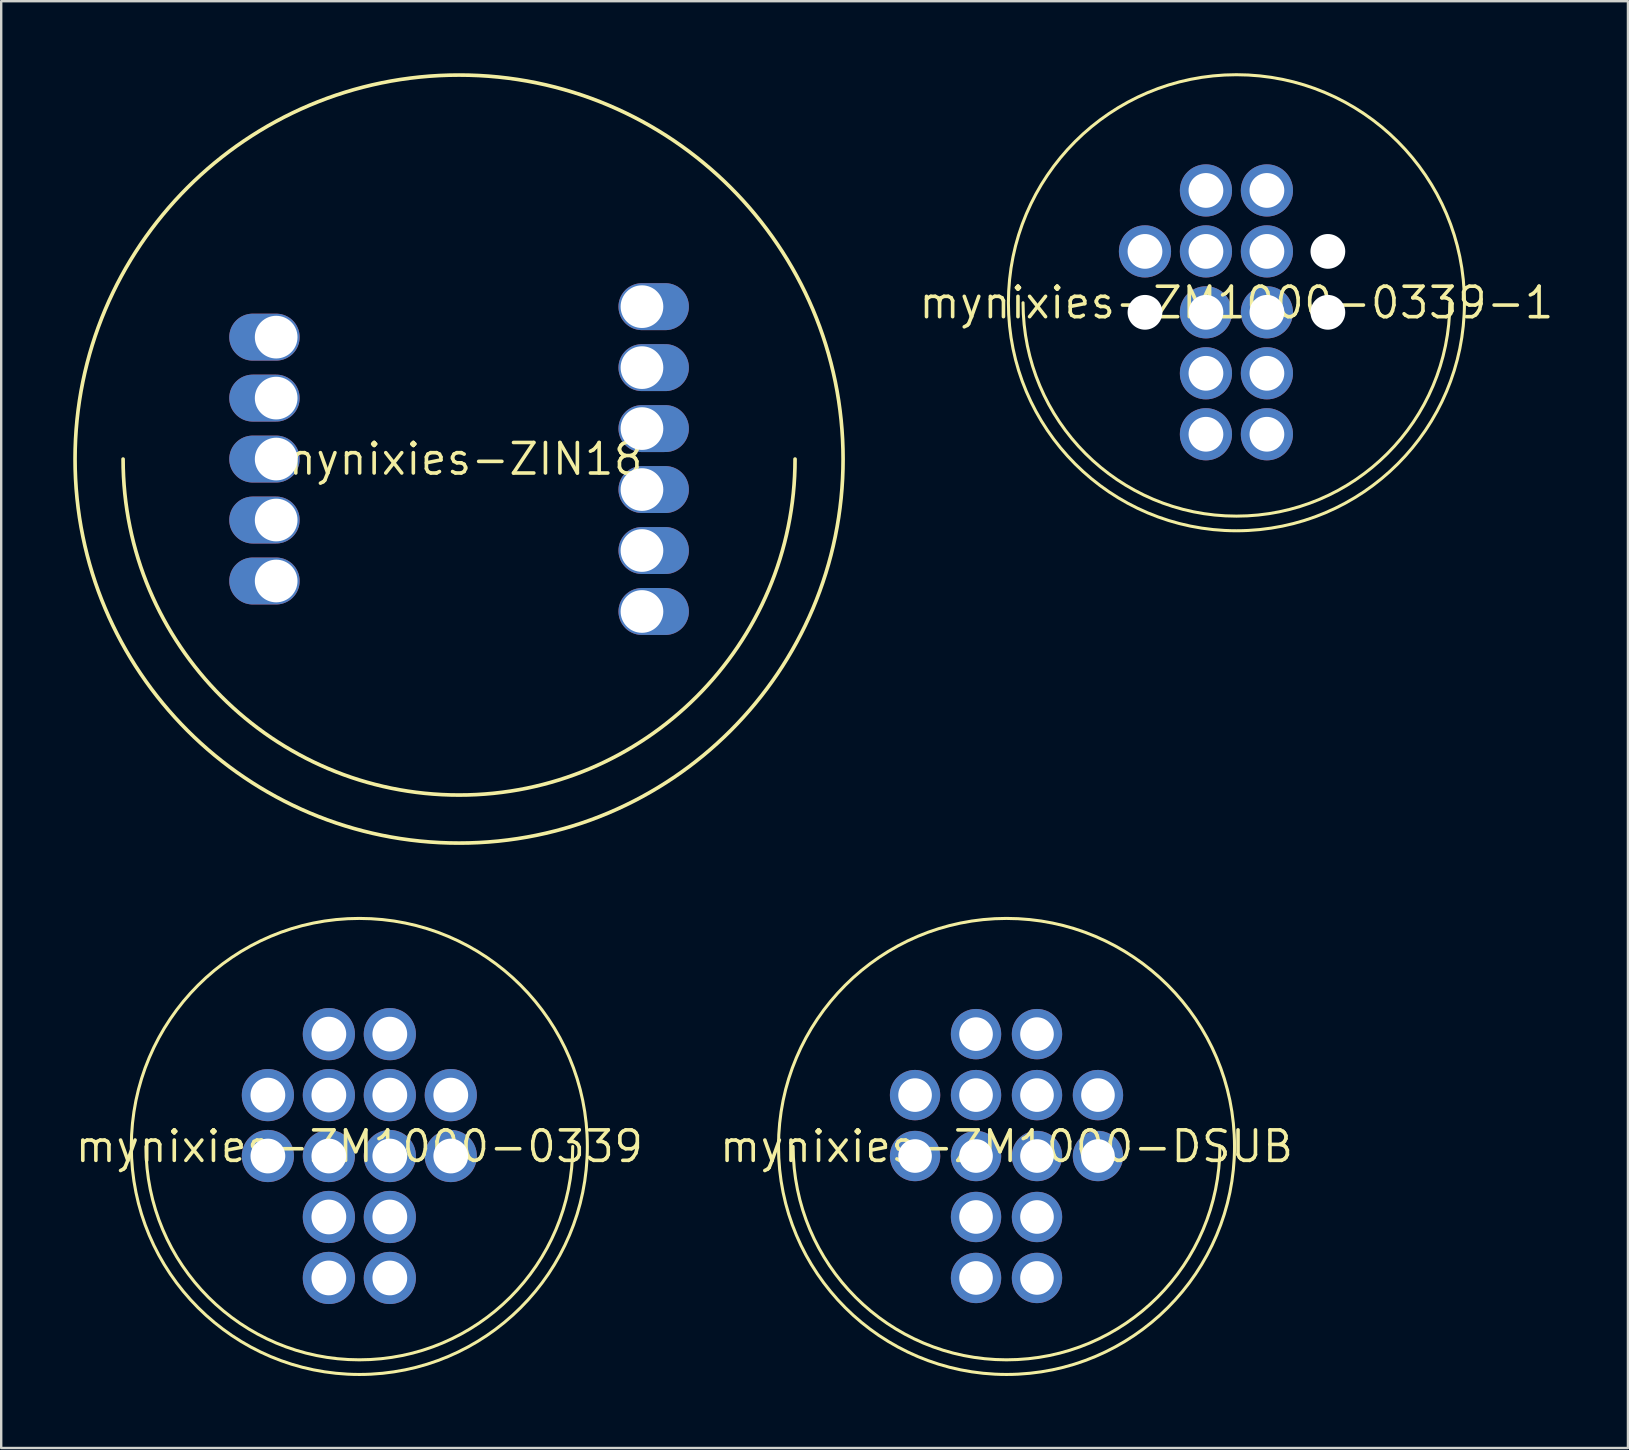
<source format=kicad_pcb>
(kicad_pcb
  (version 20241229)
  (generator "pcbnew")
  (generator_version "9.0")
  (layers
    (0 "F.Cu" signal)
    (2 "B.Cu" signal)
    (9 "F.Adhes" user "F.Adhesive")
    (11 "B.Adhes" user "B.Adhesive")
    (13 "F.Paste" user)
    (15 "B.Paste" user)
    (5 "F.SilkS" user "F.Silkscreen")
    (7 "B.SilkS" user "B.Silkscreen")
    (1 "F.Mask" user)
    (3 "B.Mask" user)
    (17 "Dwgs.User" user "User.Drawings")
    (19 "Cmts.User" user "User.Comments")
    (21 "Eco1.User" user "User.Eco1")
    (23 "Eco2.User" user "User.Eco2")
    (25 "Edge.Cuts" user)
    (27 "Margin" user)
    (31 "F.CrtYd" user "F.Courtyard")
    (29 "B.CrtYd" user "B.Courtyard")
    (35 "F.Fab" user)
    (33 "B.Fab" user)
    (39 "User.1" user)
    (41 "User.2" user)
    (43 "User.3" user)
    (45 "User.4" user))
  (footprint "mynixies-ZM1000-0339-1"
    (layer "F.Cu")
    (at 48.463 9.563)
    (property "Reference" "mynixies-ZM1000-0339-1" (at 0 0 0) (layer "F.SilkS") (effects (font (size 1.27 1.27) (thickness 0.15))))
    (attr exclude_from_pos_files exclude_from_bom)
    (fp_arc (start 8.89 0) (mid 0 8.89) (end -8.89 0) (stroke (width 0.127) (type solid)) (layer "F.SilkS"))
    (fp_circle (center 0 0) (end 0 -9.5) (stroke (width 0.127) (type solid)) (fill no) (layer "F.SilkS"))
    (pad "" np_thru_hole circle (at -3.81 0.399) (size 1.448 1.448) (drill 1.448) (layers "*.Cu" "*.Mask"))
    (pad "" np_thru_hole circle (at 3.81 -2.139) (size 1.448 1.448) (drill 1.448) (layers "*.Cu" "*.Mask"))
    (pad "" np_thru_hole circle (at 3.81 0.399) (size 1.448 1.448) (drill 1.448) (layers "*.Cu" "*.Mask"))
    (pad "0" thru_hole circle (at -1.27 0.399) (size 2.174 2.174) (drill 1.448) (layers "*.Cu" "*.Mask"))
    (pad "1" thru_hole circle (at 1.27 5.479) (size 2.174 2.174) (drill 1.448) (layers "*.Cu" "*.Mask"))
    (pad "2" thru_hole circle (at 1.27 2.939) (size 2.174 2.174) (drill 1.448) (layers "*.Cu" "*.Mask"))
    (pad "3" thru_hole circle (at 1.27 0.399) (size 2.174 2.174) (drill 1.448) (layers "*.Cu" "*.Mask"))
    (pad "4" thru_hole circle (at 1.27 -2.139) (size 2.174 2.174) (drill 1.448) (layers "*.Cu" "*.Mask"))
    (pad "5" thru_hole circle (at 1.27 -4.679) (size 2.174 2.174) (drill 1.448) (layers "*.Cu" "*.Mask"))
    (pad "6" thru_hole circle (at -1.27 -4.679) (size 2.174 2.174) (drill 1.448) (layers "*.Cu" "*.Mask"))
    (pad "7" thru_hole circle (at -1.27 -2.139) (size 2.174 2.174) (drill 1.448) (layers "*.Cu" "*.Mask"))
    (pad "8" thru_hole circle (at -1.27 5.479) (size 2.174 2.174) (drill 1.448) (layers "*.Cu" "*.Mask"))
    (pad "9" thru_hole circle (at -1.27 2.939) (size 2.174 2.174) (drill 1.448) (layers "*.Cu" "*.Mask"))
    (pad "A" thru_hole circle (at -3.81 -2.139) (size 2.174 2.174) (drill 1.448) (layers "*.Cu" "*.Mask")))
  (footprint "mynixies-ZIN18"
    (layer "F.Cu")
    (at 16.076 16.076)
    (property "Reference" "mynixies-ZIN18" (at 0 0 0) (layer "F.SilkS") (effects (font (size 1.27 1.27) (thickness 0.15))))
    (attr exclude_from_pos_files exclude_from_bom)
    (fp_arc (start 13.99794 0) (mid 0 13.99794) (end -13.99794 0) (stroke (width 0.1524) (type solid)) (layer "F.SilkS"))
    (fp_circle (center 0 0) (end 0 -15.999) (stroke (width 0.152) (type solid)) (fill no) (layer "F.SilkS"))
    (pad "0" thru_hole oval (at 7.62 -3.81 90) (size 1.956 2.934) (drill 1.778 (offset 0 0.488)) (layers "*.Cu" "*.Mask"))
    (pad "1" thru_hole oval (at -7.62 -5.08 270) (size 1.956 2.934) (drill 1.778 (offset 0 0.488)) (layers "*.Cu" "*.Mask"))
    (pad "2" thru_hole oval (at -7.62 -2.54 270) (size 1.956 2.934) (drill 1.778 (offset 0 0.488)) (layers "*.Cu" "*.Mask"))
    (pad "3" thru_hole oval (at 7.62 1.27 90) (size 1.956 2.934) (drill 1.778 (offset 0 0.488)) (layers "*.Cu" "*.Mask"))
    (pad "4" thru_hole oval (at -7.62 2.54 270) (size 1.956 2.934) (drill 1.778 (offset 0 0.488)) (layers "*.Cu" "*.Mask"))
    (pad "5" thru_hole oval (at 7.62 6.35 90) (size 1.956 2.934) (drill 1.778 (offset 0 0.488)) (layers "*.Cu" "*.Mask"))
    (pad "6" thru_hole oval (at -7.62 5.08 270) (size 1.956 2.934) (drill 1.778 (offset 0 0.488)) (layers "*.Cu" "*.Mask"))
    (pad "7" thru_hole oval (at 7.62 3.81 90) (size 1.956 2.934) (drill 1.778 (offset 0 0.488)) (layers "*.Cu" "*.Mask"))
    (pad "8" thru_hole oval (at -7.62 0 270) (size 1.956 2.934) (drill 1.778 (offset 0 0.488)) (layers "*.Cu" "*.Mask"))
    (pad "9" thru_hole oval (at 7.62 -1.27 90) (size 1.956 2.934) (drill 1.778 (offset 0 0.488)) (layers "*.Cu" "*.Mask"))
    (pad "A" thru_hole oval (at 7.62 -6.35 90) (size 1.956 2.934) (drill 1.778 (offset 0 0.488)) (layers "*.Cu" "*.Mask")))
  (footprint "mynixies-ZM1000-DSUB"
    (layer "F.Cu")
    (at 38.884 44.714)
    (property "Reference" "mynixies-ZM1000-DSUB" (at 0 0 0) (layer "F.SilkS") (effects (font (size 1.27 1.27) (thickness 0.15))))
    (attr exclude_from_pos_files exclude_from_bom)
    (fp_arc (start 8.89 0) (mid 0 8.89) (end -8.89 0) (stroke (width 0.127) (type solid)) (layer "F.SilkS"))
    (fp_circle (center 0 0) (end 0 -9.5) (stroke (width 0.127) (type solid)) (fill no) (layer "F.SilkS"))
    (pad "0" thru_hole circle (at -1.27 0.399) (size 2.098 2.098) (drill 1.4) (layers "*.Cu" "*.Mask"))
    (pad "1" thru_hole circle (at 1.27 5.479) (size 2.098 2.098) (drill 1.4) (layers "*.Cu" "*.Mask"))
    (pad "2" thru_hole circle (at 1.27 2.939) (size 2.098 2.098) (drill 1.4) (layers "*.Cu" "*.Mask"))
    (pad "3" thru_hole circle (at 1.27 0.399) (size 2.098 2.098) (drill 1.4) (layers "*.Cu" "*.Mask"))
    (pad "4" thru_hole circle (at 1.27 -2.139) (size 2.098 2.098) (drill 1.4) (layers "*.Cu" "*.Mask"))
    (pad "5" thru_hole circle (at 1.27 -4.679) (size 2.098 2.098) (drill 1.4) (layers "*.Cu" "*.Mask"))
    (pad "6" thru_hole circle (at -1.27 -4.679) (size 2.098 2.098) (drill 1.4) (layers "*.Cu" "*.Mask"))
    (pad "7" thru_hole circle (at -1.27 -2.139) (size 2.098 2.098) (drill 1.4) (layers "*.Cu" "*.Mask"))
    (pad "8" thru_hole circle (at -1.27 5.479) (size 2.098 2.098) (drill 1.4) (layers "*.Cu" "*.Mask"))
    (pad "9" thru_hole circle (at -1.27 2.939) (size 2.098 2.098) (drill 1.4) (layers "*.Cu" "*.Mask"))
    (pad "A1" thru_hole circle (at 3.81 -2.139) (size 2.098 2.098) (drill 1.4) (layers "*.Cu" "*.Mask"))
    (pad "A2" thru_hole circle (at -3.81 -2.139) (size 2.098 2.098) (drill 1.4) (layers "*.Cu" "*.Mask"))
    (pad "DP" thru_hole circle (at -3.81 0.399) (size 2.098 2.098) (drill 1.4) (layers "*.Cu" "*.Mask"))
    (pad "PR" thru_hole circle (at 3.81 0.399) (size 2.098 2.098) (drill 1.4) (layers "*.Cu" "*.Mask")))
  (footprint "mynixies-ZM1000-0339"
    (layer "F.Cu")
    (at 11.921 44.714)
    (property "Reference" "mynixies-ZM1000-0339" (at 0 0 0) (layer "F.SilkS") (effects (font (size 1.27 1.27) (thickness 0.15))))
    (attr exclude_from_pos_files exclude_from_bom)
    (fp_arc (start 8.89 0) (mid 0 8.89) (end -8.89 0) (stroke (width 0.127) (type solid)) (layer "F.SilkS"))
    (fp_circle (center 0 0) (end 0 -9.5) (stroke (width 0.127) (type solid)) (fill no) (layer "F.SilkS"))
    (pad "0" thru_hole circle (at -1.27 0.399) (size 2.174 2.174) (drill 1.448) (layers "*.Cu" "*.Mask"))
    (pad "1" thru_hole circle (at 1.27 5.479) (size 2.174 2.174) (drill 1.448) (layers "*.Cu" "*.Mask"))
    (pad "2" thru_hole circle (at 1.27 2.939) (size 2.174 2.174) (drill 1.448) (layers "*.Cu" "*.Mask"))
    (pad "3" thru_hole circle (at 1.27 0.399) (size 2.174 2.174) (drill 1.448) (layers "*.Cu" "*.Mask"))
    (pad "4" thru_hole circle (at 1.27 -2.139) (size 2.174 2.174) (drill 1.448) (layers "*.Cu" "*.Mask"))
    (pad "5" thru_hole circle (at 1.27 -4.679) (size 2.174 2.174) (drill 1.448) (layers "*.Cu" "*.Mask"))
    (pad "6" thru_hole circle (at -1.27 -4.679) (size 2.174 2.174) (drill 1.448) (layers "*.Cu" "*.Mask"))
    (pad "7" thru_hole circle (at -1.27 -2.139) (size 2.174 2.174) (drill 1.448) (layers "*.Cu" "*.Mask"))
    (pad "8" thru_hole circle (at -1.27 5.479) (size 2.174 2.174) (drill 1.448) (layers "*.Cu" "*.Mask"))
    (pad "9" thru_hole circle (at -1.27 2.939) (size 2.174 2.174) (drill 1.448) (layers "*.Cu" "*.Mask"))
    (pad "A1" thru_hole circle (at 3.81 -2.139) (size 2.174 2.174) (drill 1.448) (layers "*.Cu" "*.Mask"))
    (pad "A2" thru_hole circle (at -3.81 -2.139) (size 2.174 2.174) (drill 1.448) (layers "*.Cu" "*.Mask"))
    (pad "DP" thru_hole circle (at -3.81 0.399) (size 2.174 2.174) (drill 1.448) (layers "*.Cu" "*.Mask"))
    (pad "PR" thru_hole circle (at 3.81 0.399) (size 2.174 2.174) (drill 1.448) (layers "*.Cu" "*.Mask")))
  (gr_rect
    (start -3 -3)
    (end 64.775 57.278)
    (stroke (width 0.1) (type default))
    (fill no)
    (layer "Edge.Cuts")))
</source>
